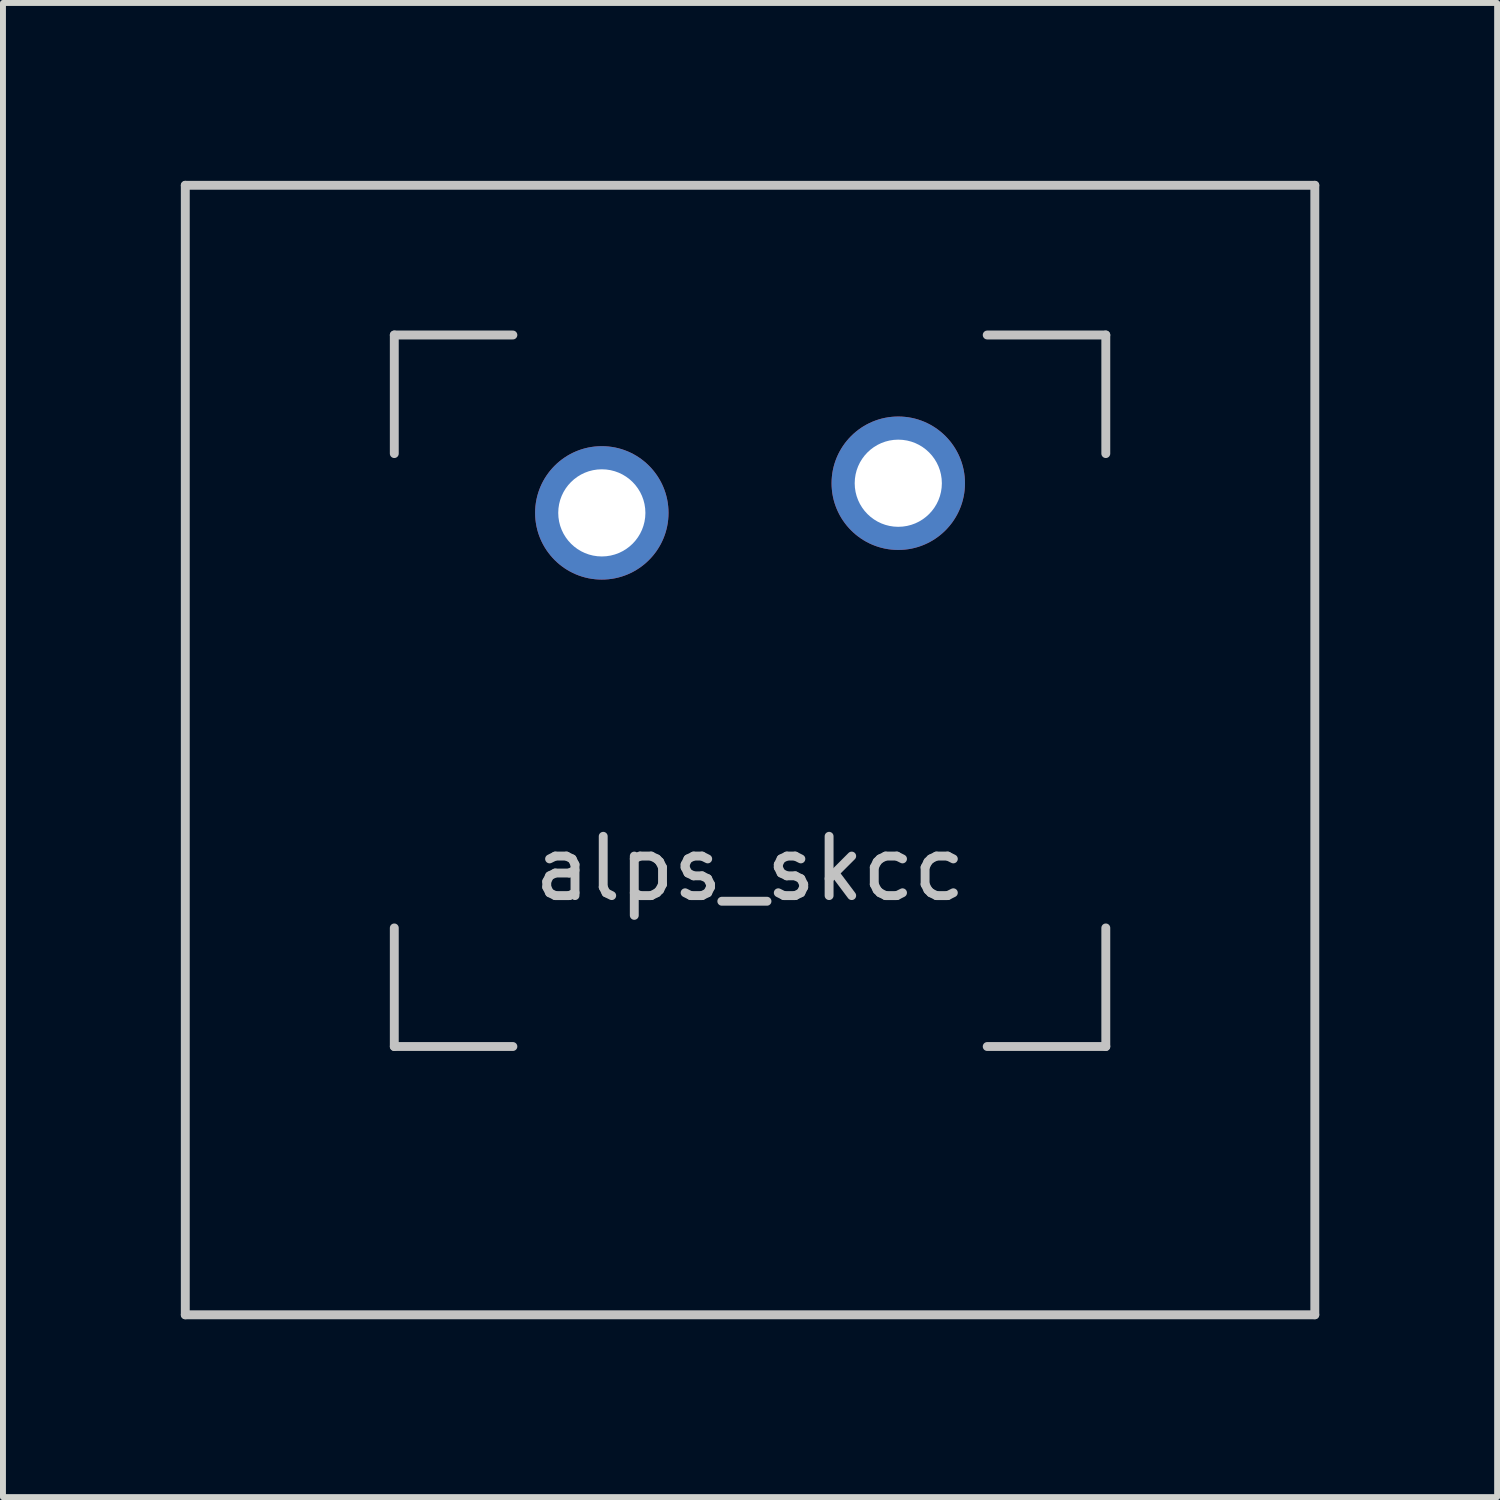
<source format=kicad_pcb>
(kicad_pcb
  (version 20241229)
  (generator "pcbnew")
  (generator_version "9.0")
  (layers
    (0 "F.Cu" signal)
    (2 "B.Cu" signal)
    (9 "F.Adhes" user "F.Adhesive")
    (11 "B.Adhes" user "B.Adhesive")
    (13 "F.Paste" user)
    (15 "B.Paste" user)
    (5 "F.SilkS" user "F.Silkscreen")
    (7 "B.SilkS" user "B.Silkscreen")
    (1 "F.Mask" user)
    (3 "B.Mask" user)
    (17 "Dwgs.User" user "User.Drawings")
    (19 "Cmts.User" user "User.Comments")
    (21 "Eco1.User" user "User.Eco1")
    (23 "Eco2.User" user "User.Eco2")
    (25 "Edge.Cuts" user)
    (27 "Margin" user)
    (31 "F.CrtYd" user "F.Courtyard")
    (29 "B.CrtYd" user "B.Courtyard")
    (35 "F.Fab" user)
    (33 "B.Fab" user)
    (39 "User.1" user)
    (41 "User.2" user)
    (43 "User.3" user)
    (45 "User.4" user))
  (footprint "alps_skcc"
    (layer "F.Cu")
    (at 9.6 9.6)
    (property "Reference" "alps_skcc" (at 0 2 0) (layer "Dwgs.User") (effects (font (size 1 1) (thickness 0.15))))
    (attr through_hole)
    (fp_line (start -9.525 -9.525) (end 9.525 -9.525) (stroke (width 0.15) (type solid)) (layer "Dwgs.User"))
    (fp_line (start -9.525 9.525) (end -9.525 -9.525) (stroke (width 0.15) (type solid)) (layer "Dwgs.User"))
    (fp_line (start -9.525 9.525) (end 9.525 9.525) (stroke (width 0.15) (type solid)) (layer "Dwgs.User"))
    (fp_line (start -6 -7) (end -6 -5) (stroke (width 0.15) (type solid)) (layer "Dwgs.User"))
    (fp_line (start -6 3) (end -6 5) (stroke (width 0.15) (type solid)) (layer "Dwgs.User"))
    (fp_line (start -6 5) (end -4 5) (stroke (width 0.15) (type solid)) (layer "Dwgs.User"))
    (fp_line (start -4 -7) (end -6 -7) (stroke (width 0.15) (type solid)) (layer "Dwgs.User"))
    (fp_line (start 4 -7) (end 6 -7) (stroke (width 0.15) (type solid)) (layer "Dwgs.User"))
    (fp_line (start 4 5) (end 6 5) (stroke (width 0.15) (type solid)) (layer "Dwgs.User"))
    (fp_line (start 6 -7) (end 6 -5) (stroke (width 0.15) (type solid)) (layer "Dwgs.User"))
    (fp_line (start 6 5) (end 6 3) (stroke (width 0.15) (type solid)) (layer "Dwgs.User"))
    (fp_line (start 9.525 -9.525) (end 9.525 9.525) (stroke (width 0.15) (type solid)) (layer "Dwgs.User"))
    (pad "1" thru_hole circle (at -2.5 -4) (size 2.25 2.25) (drill 1.47) (layers "*.Cu" "*.Mask"))
    (pad "2" thru_hole circle (at 2.5 -4.5) (size 2.25 2.25) (drill 1.47) (layers "*.Cu" "*.Mask")))
  (gr_rect
    (start -3 -3)
    (end 22.2 22.2)
    (stroke (width 0.1) (type default))
    (fill no)
    (layer "Edge.Cuts")))
</source>
